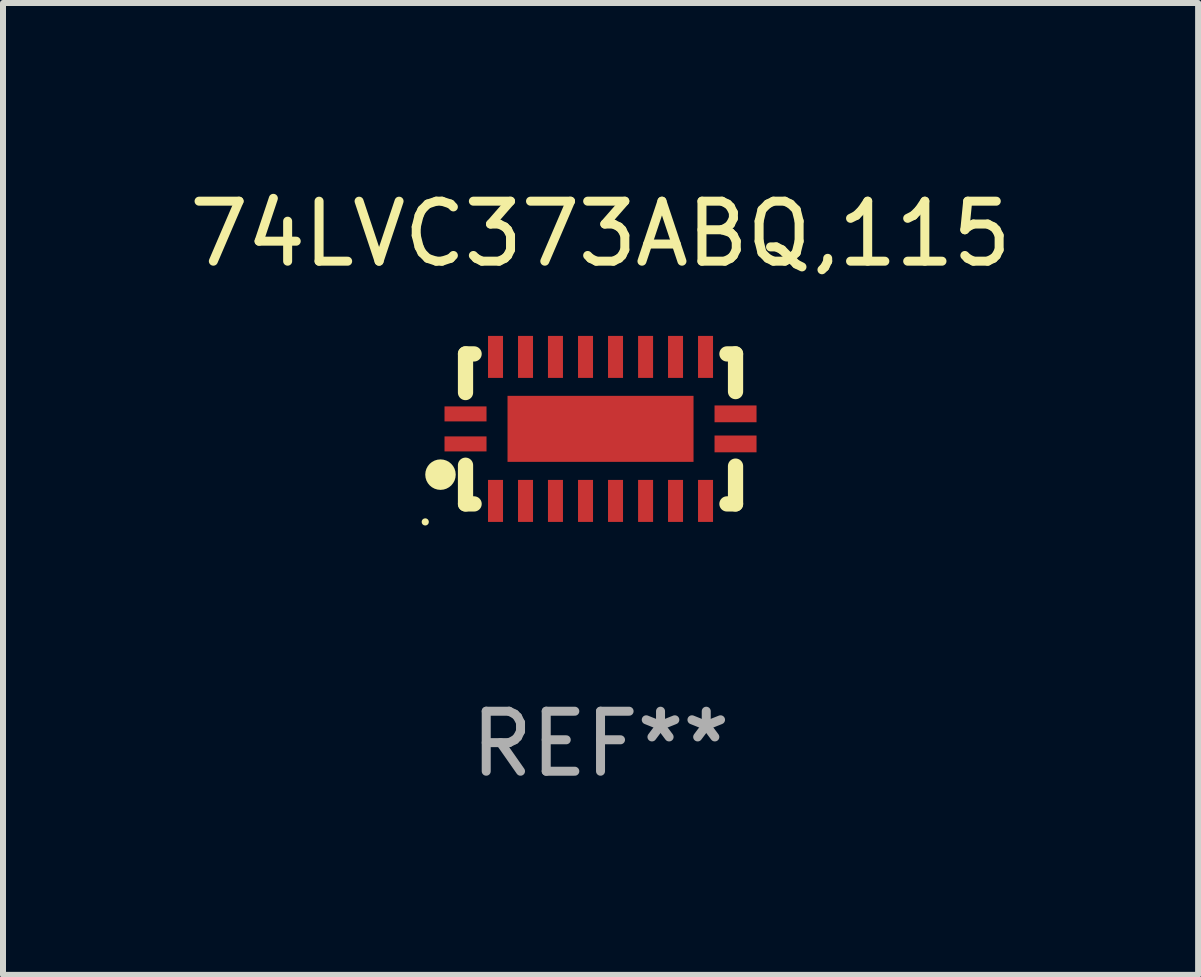
<source format=kicad_pcb>
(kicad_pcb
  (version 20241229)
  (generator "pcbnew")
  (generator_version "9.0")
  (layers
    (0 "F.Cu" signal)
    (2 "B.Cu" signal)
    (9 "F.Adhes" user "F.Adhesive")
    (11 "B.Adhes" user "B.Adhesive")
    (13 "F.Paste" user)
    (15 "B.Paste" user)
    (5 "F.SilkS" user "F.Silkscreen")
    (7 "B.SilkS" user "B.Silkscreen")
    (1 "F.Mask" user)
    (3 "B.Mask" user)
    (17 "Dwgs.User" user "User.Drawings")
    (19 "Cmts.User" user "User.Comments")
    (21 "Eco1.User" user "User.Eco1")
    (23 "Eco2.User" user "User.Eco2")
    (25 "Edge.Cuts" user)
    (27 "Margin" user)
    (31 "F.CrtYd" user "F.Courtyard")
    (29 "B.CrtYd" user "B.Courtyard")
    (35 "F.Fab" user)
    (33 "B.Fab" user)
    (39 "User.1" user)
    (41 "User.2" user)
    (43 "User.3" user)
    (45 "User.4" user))
  (footprint "74LVC373ABQ,115"
    (layer "F.Cu")
    (at 6.958 4.098)
    (property "Reference" "74LVC373ABQ,115" (at 0 -3.25 0) (layer "F.SilkS") (effects (font (size 1 1) (thickness 0.15))))
    (attr through_hole)
    (fp_line (start -2.25 0.605) (end -2.25 1.25) (stroke (width 0.254) (type solid)) (layer "F.SilkS"))
    (fp_line (start -2.25 1.25) (end -2.107 1.25) (stroke (width 0.254) (type solid)) (layer "F.SilkS"))
    (fp_line (start -2.25 -1.25) (end -2.25 -0.606) (stroke (width 0.254) (type solid)) (layer "F.SilkS"))
    (fp_line (start -2.25 -1.25) (end -2.107 -1.25) (stroke (width 0.254) (type solid)) (layer "F.SilkS"))
    (fp_line (start 2.107 -1.25) (end 2.25 -1.25) (stroke (width 0.254) (type solid)) (layer "F.SilkS"))
    (fp_line (start 2.107 1.25) (end 2.25 1.25) (stroke (width 0.254) (type solid)) (layer "F.SilkS"))
    (fp_line (start 2.25 -1.25) (end 2.25 -0.622) (stroke (width 0.254) (type solid)) (layer "F.SilkS"))
    (fp_line (start 2.25 0.62) (end 2.25 1.25) (stroke (width 0.254) (type solid)) (layer "F.SilkS"))
    (fp_circle (center -2.921 1.55) (end -2.891 1.55) (stroke (width 0.06) (type solid)) (fill no) (layer "F.SilkS"))
    (fp_circle (center -2.667 0.762) (end -2.54 0.762) (stroke (width 0.254) (type solid)) (fill no) (layer "F.SilkS"))
    (fp_text user "REF**" (at 0 5.25 0) (layer "F.Fab") (effects (font (size 1 1) (thickness 0.15))))
    (pad "1" smd rect (at -2.25 0.25 180) (size 0.7 0.25) (layers "F.Cu" "F.Mask" "F.Paste"))
    (pad "2" smd rect (at -1.75 1.2 90) (size 0.7 0.25) (layers "F.Cu" "F.Mask" "F.Paste"))
    (pad "3" smd rect (at -1.25 1.2 90) (size 0.7 0.25) (layers "F.Cu" "F.Mask" "F.Paste"))
    (pad "4" smd rect (at -0.751 1.2 90) (size 0.7 0.25) (layers "F.Cu" "F.Mask" "F.Paste"))
    (pad "5" smd rect (at -0.25 1.2 90) (size 0.7 0.25) (layers "F.Cu" "F.Mask" "F.Paste"))
    (pad "6" smd rect (at 0.25 1.2 90) (size 0.7 0.25) (layers "F.Cu" "F.Mask" "F.Paste"))
    (pad "7" smd rect (at 0.751 1.2 90) (size 0.7 0.25) (layers "F.Cu" "F.Mask" "F.Paste"))
    (pad "8" smd rect (at 1.25 1.2 90) (size 0.7 0.25) (layers "F.Cu" "F.Mask" "F.Paste"))
    (pad "9" smd rect (at 1.75 1.2 90) (size 0.7 0.25) (layers "F.Cu" "F.Mask" "F.Paste"))
    (pad "10" smd rect (at 2.25 0.25 180) (size 0.7 0.28) (layers "F.Cu" "F.Mask" "F.Paste"))
    (pad "11" smd rect (at 2.25 -0.251 180) (size 0.7 0.28) (layers "F.Cu" "F.Mask" "F.Paste"))
    (pad "12" smd rect (at 1.75 -1.2 90) (size 0.7 0.25) (layers "F.Cu" "F.Mask" "F.Paste"))
    (pad "13" smd rect (at 1.25 -1.2 90) (size 0.7 0.25) (layers "F.Cu" "F.Mask" "F.Paste"))
    (pad "14" smd rect (at 0.751 -1.2 90) (size 0.7 0.25) (layers "F.Cu" "F.Mask" "F.Paste"))
    (pad "15" smd rect (at 0.25 -1.2 90) (size 0.7 0.25) (layers "F.Cu" "F.Mask" "F.Paste"))
    (pad "16" smd rect (at -0.25 -1.2 90) (size 0.7 0.25) (layers "F.Cu" "F.Mask" "F.Paste"))
    (pad "17" smd rect (at -0.751 -1.2 90) (size 0.7 0.25) (layers "F.Cu" "F.Mask" "F.Paste"))
    (pad "18" smd rect (at -1.25 -1.2 90) (size 0.7 0.25) (layers "F.Cu" "F.Mask" "F.Paste"))
    (pad "19" smd rect (at -1.75 -1.2 90) (size 0.7 0.25) (layers "F.Cu" "F.Mask" "F.Paste"))
    (pad "20" smd rect (at -2.25 -0.25 180) (size 0.7 0.25) (layers "F.Cu" "F.Mask" "F.Paste"))
    (pad "21" smd rect (at 0 -0.001 180) (size 3.1 1.1) (layers "F.Cu" "F.Mask" "F.Paste")))
  (gr_rect
    (start -3 -3)
    (end 16.917 13.197)
    (stroke (width 0.1) (type default))
    (fill no)
    (layer "Edge.Cuts")))
</source>
